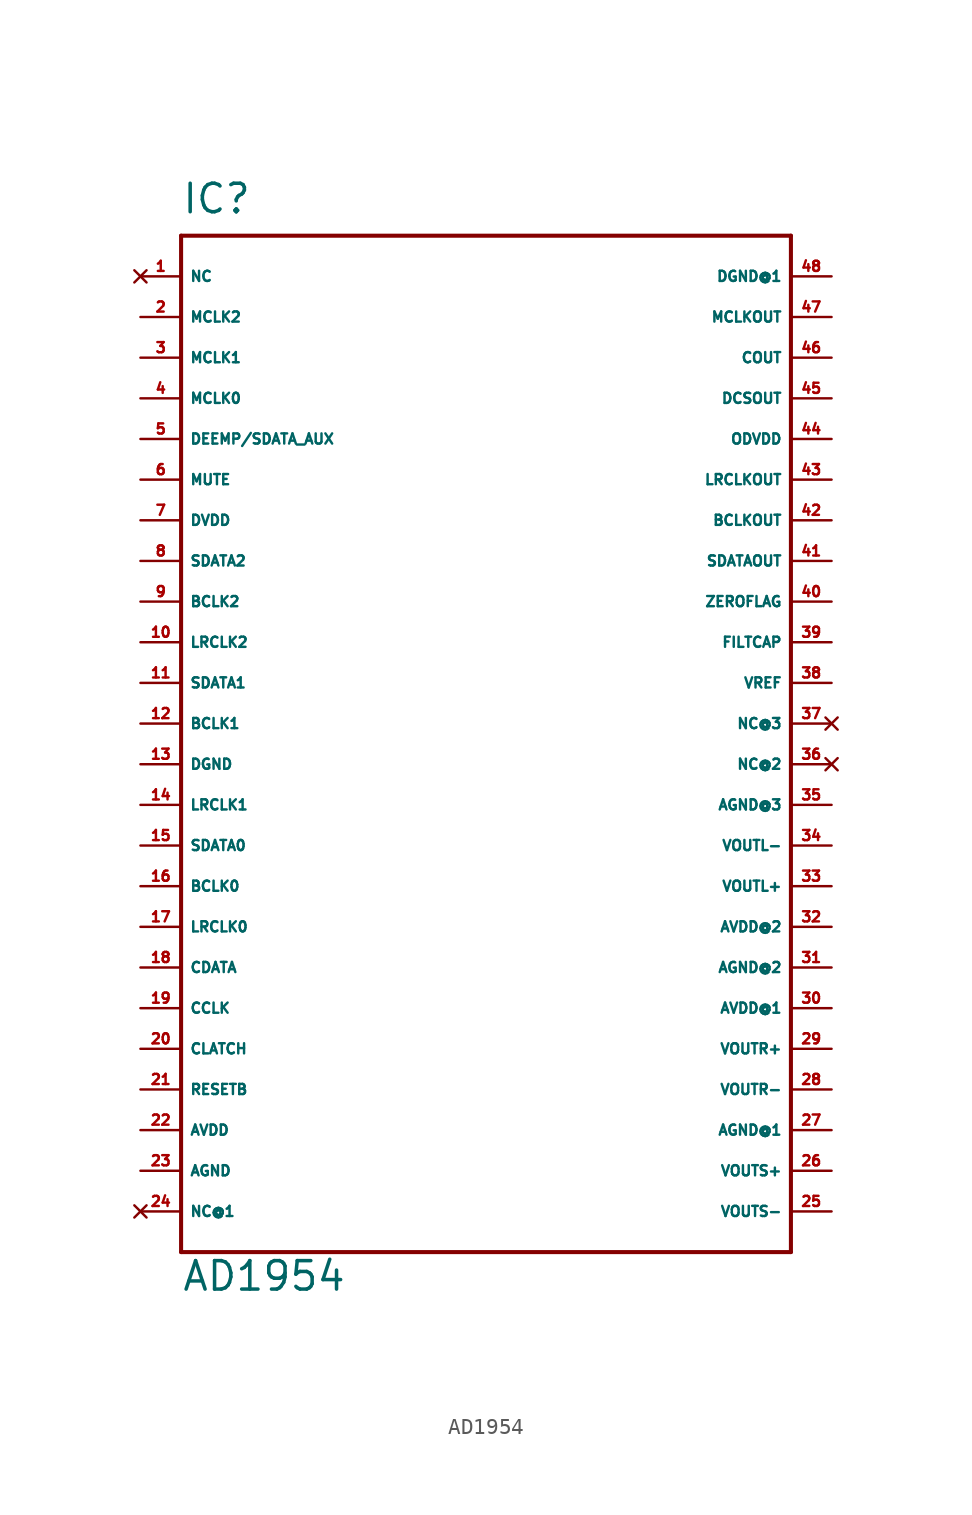
<source format=kicad_sym>
(kicad_symbol_lib
  (version 20220914)
  (generator Eagle2Kicad)
  (symbol "AD1954"
    (property "Reference" "IC"
      (at -17.78 31.75 0)
      (effects (font (size 1.778 1.778) (thickness 0.22)) (justify left bottom)))
    (property "Value" "AD1954"
      (at -17.78 -35.56 0)
      (effects (font (size 1.778 1.778) (thickness 0.22)) (justify left bottom)))
    (polyline
      (pts (xy -17.78 -33.02) (xy 20.32 -33.02))
      (stroke (width 0.254) (type default))
      (fill (type none)))
    (polyline
      (pts (xy 20.32 -33.02) (xy 20.32 30.48))
      (stroke (width 0.254) (type default))
      (fill (type none)))
    (polyline
      (pts (xy 20.32 30.48) (xy -17.78 30.48))
      (stroke (width 0.254) (type default))
      (fill (type none)))
    (polyline
      (pts (xy -17.78 30.48) (xy -17.78 -33.02))
      (stroke (width 0.254) (type default))
      (fill (type none)))
    (pin no_connect line
      (at -20.32 27.94 0)
      (length 2.54)
      (name "NC" (effects (font (size 0.635 0.635) (thickness 0.08)) (justify left bottom) hide))
      (number "1" (effects (font (size 0.635 0.635) (thickness 0.08)) (justify left bottom) hide)))
    (pin input line
      (at -20.32 25.4 0)
      (length 2.54)
      (name "MCLK2" (effects (font (size 0.635 0.635) (thickness 0.08)) (justify left bottom)))
      (number "2" (effects (font (size 0.635 0.635) (thickness 0.08)) (justify left bottom))))
    (pin input line
      (at -20.32 22.86 0)
      (length 2.54)
      (name "MCLK1" (effects (font (size 0.635 0.635) (thickness 0.08)) (justify left bottom)))
      (number "3" (effects (font (size 0.635 0.635) (thickness 0.08)) (justify left bottom))))
    (pin input line
      (at -20.32 20.32 0)
      (length 2.54)
      (name "MCLK0" (effects (font (size 0.635 0.635) (thickness 0.08)) (justify left bottom)))
      (number "4" (effects (font (size 0.635 0.635) (thickness 0.08)) (justify left bottom))))
    (pin input line
      (at -20.32 17.78 0)
      (length 2.54)
      (name "DEEMP/SDATA_AUX" (effects (font (size 0.635 0.635) (thickness 0.08)) (justify left bottom)))
      (number "5" (effects (font (size 0.635 0.635) (thickness 0.08)) (justify left bottom))))
    (pin input line
      (at -20.32 15.24 0)
      (length 2.54)
      (name "MUTE" (effects (font (size 0.635 0.635) (thickness 0.08)) (justify left bottom)))
      (number "6" (effects (font (size 0.635 0.635) (thickness 0.08)) (justify left bottom))))
    (pin unspecified line
      (at -20.32 12.7 0)
      (length 2.54)
      (name "DVDD" (effects (font (size 0.635 0.635) (thickness 0.08)) (justify left bottom)))
      (number "7" (effects (font (size 0.635 0.635) (thickness 0.08)) (justify left bottom))))
    (pin input line
      (at -20.32 10.16 0)
      (length 2.54)
      (name "SDATA2" (effects (font (size 0.635 0.635) (thickness 0.08)) (justify left bottom)))
      (number "8" (effects (font (size 0.635 0.635) (thickness 0.08)) (justify left bottom))))
    (pin input line
      (at -20.32 7.62 0)
      (length 2.54)
      (name "BCLK2" (effects (font (size 0.635 0.635) (thickness 0.08)) (justify left bottom)))
      (number "9" (effects (font (size 0.635 0.635) (thickness 0.08)) (justify left bottom))))
    (pin input line
      (at -20.32 5.08 0)
      (length 2.54)
      (name "LRCLK2" (effects (font (size 0.635 0.635) (thickness 0.08)) (justify left bottom)))
      (number "10" (effects (font (size 0.635 0.635) (thickness 0.08)) (justify left bottom))))
    (pin input line
      (at -20.32 2.54 0)
      (length 2.54)
      (name "SDATA1" (effects (font (size 0.635 0.635) (thickness 0.08)) (justify left bottom)))
      (number "11" (effects (font (size 0.635 0.635) (thickness 0.08)) (justify left bottom))))
    (pin input line
      (at -20.32 0 0)
      (length 2.54)
      (name "BCLK1" (effects (font (size 0.635 0.635) (thickness 0.08)) (justify left bottom)))
      (number "12" (effects (font (size 0.635 0.635) (thickness 0.08)) (justify left bottom))))
    (pin unspecified line
      (at -20.32 -2.54 0)
      (length 2.54)
      (name "DGND" (effects (font (size 0.635 0.635) (thickness 0.08)) (justify left bottom)))
      (number "13" (effects (font (size 0.635 0.635) (thickness 0.08)) (justify left bottom))))
    (pin input line
      (at -20.32 -5.08 0)
      (length 2.54)
      (name "LRCLK1" (effects (font (size 0.635 0.635) (thickness 0.08)) (justify left bottom)))
      (number "14" (effects (font (size 0.635 0.635) (thickness 0.08)) (justify left bottom))))
    (pin input line
      (at -20.32 -7.62 0)
      (length 2.54)
      (name "SDATA0" (effects (font (size 0.635 0.635) (thickness 0.08)) (justify left bottom)))
      (number "15" (effects (font (size 0.635 0.635) (thickness 0.08)) (justify left bottom))))
    (pin input line
      (at -20.32 -10.16 0)
      (length 2.54)
      (name "BCLK0" (effects (font (size 0.635 0.635) (thickness 0.08)) (justify left bottom)))
      (number "16" (effects (font (size 0.635 0.635) (thickness 0.08)) (justify left bottom))))
    (pin input line
      (at -20.32 -12.7 0)
      (length 2.54)
      (name "LRCLK0" (effects (font (size 0.635 0.635) (thickness 0.08)) (justify left bottom)))
      (number "17" (effects (font (size 0.635 0.635) (thickness 0.08)) (justify left bottom))))
    (pin input line
      (at -20.32 -15.24 0)
      (length 2.54)
      (name "CDATA" (effects (font (size 0.635 0.635) (thickness 0.08)) (justify left bottom)))
      (number "18" (effects (font (size 0.635 0.635) (thickness 0.08)) (justify left bottom))))
    (pin input line
      (at -20.32 -17.78 0)
      (length 2.54)
      (name "CCLK" (effects (font (size 0.635 0.635) (thickness 0.08)) (justify left bottom)))
      (number "19" (effects (font (size 0.635 0.635) (thickness 0.08)) (justify left bottom))))
    (pin input line
      (at -20.32 -20.32 0)
      (length 2.54)
      (name "CLATCH" (effects (font (size 0.635 0.635) (thickness 0.08)) (justify left bottom)))
      (number "20" (effects (font (size 0.635 0.635) (thickness 0.08)) (justify left bottom))))
    (pin input line
      (at -20.32 -22.86 0)
      (length 2.54)
      (name "RESETB" (effects (font (size 0.635 0.635) (thickness 0.08)) (justify left bottom)))
      (number "21" (effects (font (size 0.635 0.635) (thickness 0.08)) (justify left bottom))))
    (pin unspecified line
      (at -20.32 -25.4 0)
      (length 2.54)
      (name "AVDD" (effects (font (size 0.635 0.635) (thickness 0.08)) (justify left bottom)))
      (number "22" (effects (font (size 0.635 0.635) (thickness 0.08)) (justify left bottom))))
    (pin unspecified line
      (at -20.32 -27.94 0)
      (length 2.54)
      (name "AGND" (effects (font (size 0.635 0.635) (thickness 0.08)) (justify left bottom)))
      (number "23" (effects (font (size 0.635 0.635) (thickness 0.08)) (justify left bottom))))
    (pin no_connect line
      (at -20.32 -30.48 0)
      (length 2.54)
      (name "NC@1" (effects (font (size 0.635 0.635) (thickness 0.08)) (justify left bottom) hide))
      (number "24" (effects (font (size 0.635 0.635) (thickness 0.08)) (justify left bottom) hide)))
    (pin output line
      (at 22.86 -30.48 180)
      (length 2.54)
      (name "VOUTS-" (effects (font (size 0.635 0.635) (thickness 0.08)) (justify left bottom)))
      (number "25" (effects (font (size 0.635 0.635) (thickness 0.08)) (justify left bottom))))
    (pin output line
      (at 22.86 -27.94 180)
      (length 2.54)
      (name "VOUTS+" (effects (font (size 0.635 0.635) (thickness 0.08)) (justify left bottom)))
      (number "26" (effects (font (size 0.635 0.635) (thickness 0.08)) (justify left bottom))))
    (pin unspecified line
      (at 22.86 -25.4 180)
      (length 2.54)
      (name "AGND@1" (effects (font (size 0.635 0.635) (thickness 0.08)) (justify left bottom)))
      (number "27" (effects (font (size 0.635 0.635) (thickness 0.08)) (justify left bottom))))
    (pin output line
      (at 22.86 -22.86 180)
      (length 2.54)
      (name "VOUTR-" (effects (font (size 0.635 0.635) (thickness 0.08)) (justify left bottom)))
      (number "28" (effects (font (size 0.635 0.635) (thickness 0.08)) (justify left bottom))))
    (pin output line
      (at 22.86 -20.32 180)
      (length 2.54)
      (name "VOUTR+" (effects (font (size 0.635 0.635) (thickness 0.08)) (justify left bottom)))
      (number "29" (effects (font (size 0.635 0.635) (thickness 0.08)) (justify left bottom))))
    (pin unspecified line
      (at 22.86 -17.78 180)
      (length 2.54)
      (name "AVDD@1" (effects (font (size 0.635 0.635) (thickness 0.08)) (justify left bottom)))
      (number "30" (effects (font (size 0.635 0.635) (thickness 0.08)) (justify left bottom))))
    (pin unspecified line
      (at 22.86 -15.24 180)
      (length 2.54)
      (name "AGND@2" (effects (font (size 0.635 0.635) (thickness 0.08)) (justify left bottom)))
      (number "31" (effects (font (size 0.635 0.635) (thickness 0.08)) (justify left bottom))))
    (pin unspecified line
      (at 22.86 -12.7 180)
      (length 2.54)
      (name "AVDD@2" (effects (font (size 0.635 0.635) (thickness 0.08)) (justify left bottom)))
      (number "32" (effects (font (size 0.635 0.635) (thickness 0.08)) (justify left bottom))))
    (pin output line
      (at 22.86 -10.16 180)
      (length 2.54)
      (name "VOUTL+" (effects (font (size 0.635 0.635) (thickness 0.08)) (justify left bottom)))
      (number "33" (effects (font (size 0.635 0.635) (thickness 0.08)) (justify left bottom))))
    (pin output line
      (at 22.86 -7.62 180)
      (length 2.54)
      (name "VOUTL-" (effects (font (size 0.635 0.635) (thickness 0.08)) (justify left bottom)))
      (number "34" (effects (font (size 0.635 0.635) (thickness 0.08)) (justify left bottom))))
    (pin unspecified line
      (at 22.86 -5.08 180)
      (length 2.54)
      (name "AGND@3" (effects (font (size 0.635 0.635) (thickness 0.08)) (justify left bottom)))
      (number "35" (effects (font (size 0.635 0.635) (thickness 0.08)) (justify left bottom))))
    (pin no_connect line
      (at 22.86 -2.54 180)
      (length 2.54)
      (name "NC@2" (effects (font (size 0.635 0.635) (thickness 0.08)) (justify left bottom) hide))
      (number "36" (effects (font (size 0.635 0.635) (thickness 0.08)) (justify left bottom) hide)))
    (pin no_connect line
      (at 22.86 0 180)
      (length 2.54)
      (name "NC@3" (effects (font (size 0.635 0.635) (thickness 0.08)) (justify left bottom) hide))
      (number "37" (effects (font (size 0.635 0.635) (thickness 0.08)) (justify left bottom) hide)))
    (pin input line
      (at 22.86 2.54 180)
      (length 2.54)
      (name "VREF" (effects (font (size 0.635 0.635) (thickness 0.08)) (justify left bottom)))
      (number "38" (effects (font (size 0.635 0.635) (thickness 0.08)) (justify left bottom))))
    (pin input line
      (at 22.86 5.08 180)
      (length 2.54)
      (name "FILTCAP" (effects (font (size 0.635 0.635) (thickness 0.08)) (justify left bottom)))
      (number "39" (effects (font (size 0.635 0.635) (thickness 0.08)) (justify left bottom))))
    (pin output line
      (at 22.86 7.62 180)
      (length 2.54)
      (name "ZEROFLAG" (effects (font (size 0.635 0.635) (thickness 0.08)) (justify left bottom)))
      (number "40" (effects (font (size 0.635 0.635) (thickness 0.08)) (justify left bottom))))
    (pin output line
      (at 22.86 10.16 180)
      (length 2.54)
      (name "SDATAOUT" (effects (font (size 0.635 0.635) (thickness 0.08)) (justify left bottom)))
      (number "41" (effects (font (size 0.635 0.635) (thickness 0.08)) (justify left bottom))))
    (pin output line
      (at 22.86 12.7 180)
      (length 2.54)
      (name "BCLKOUT" (effects (font (size 0.635 0.635) (thickness 0.08)) (justify left bottom)))
      (number "42" (effects (font (size 0.635 0.635) (thickness 0.08)) (justify left bottom))))
    (pin output line
      (at 22.86 15.24 180)
      (length 2.54)
      (name "LRCLKOUT" (effects (font (size 0.635 0.635) (thickness 0.08)) (justify left bottom)))
      (number "43" (effects (font (size 0.635 0.635) (thickness 0.08)) (justify left bottom))))
    (pin unspecified line
      (at 22.86 17.78 180)
      (length 2.54)
      (name "ODVDD" (effects (font (size 0.635 0.635) (thickness 0.08)) (justify left bottom)))
      (number "44" (effects (font (size 0.635 0.635) (thickness 0.08)) (justify left bottom))))
    (pin output line
      (at 22.86 20.32 180)
      (length 2.54)
      (name "DCSOUT" (effects (font (size 0.635 0.635) (thickness 0.08)) (justify left bottom)))
      (number "45" (effects (font (size 0.635 0.635) (thickness 0.08)) (justify left bottom))))
    (pin output line
      (at 22.86 22.86 180)
      (length 2.54)
      (name "COUT" (effects (font (size 0.635 0.635) (thickness 0.08)) (justify left bottom)))
      (number "46" (effects (font (size 0.635 0.635) (thickness 0.08)) (justify left bottom))))
    (pin output line
      (at 22.86 25.4 180)
      (length 2.54)
      (name "MCLKOUT" (effects (font (size 0.635 0.635) (thickness 0.08)) (justify left bottom)))
      (number "47" (effects (font (size 0.635 0.635) (thickness 0.08)) (justify left bottom))))
    (pin unspecified line
      (at 22.86 27.94 180)
      (length 2.54)
      (name "DGND@1" (effects (font (size 0.635 0.635) (thickness 0.08)) (justify left bottom)))
      (number "48" (effects (font (size 0.635 0.635) (thickness 0.08)) (justify left bottom))))))
</source>
